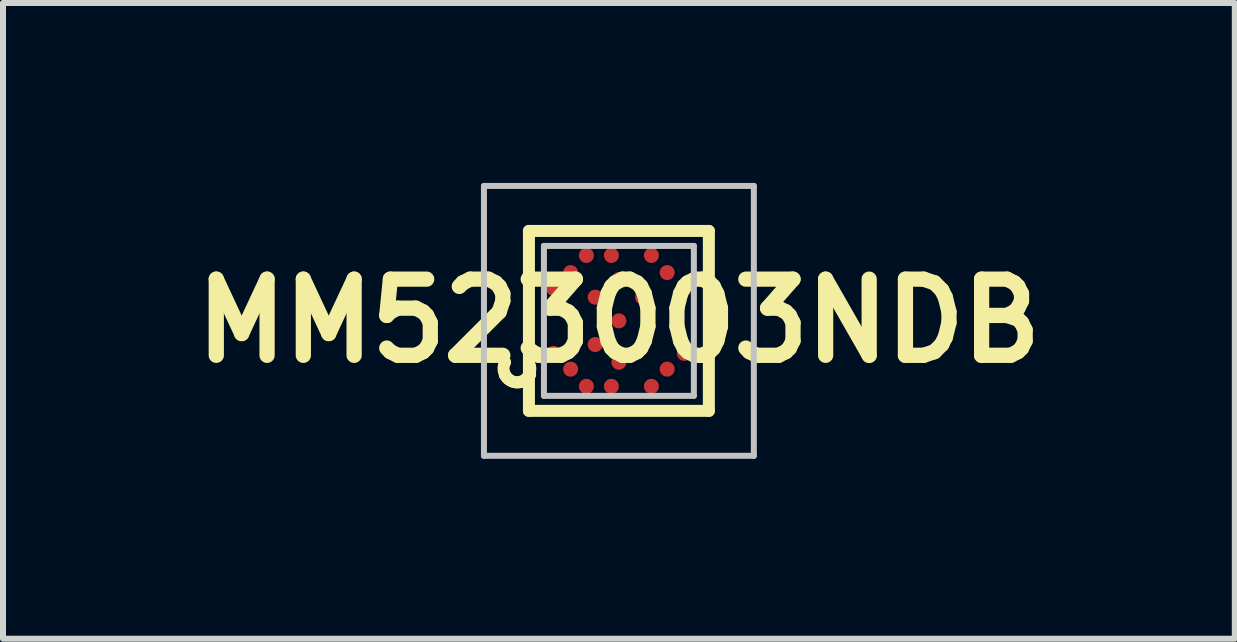
<source format=kicad_pcb>
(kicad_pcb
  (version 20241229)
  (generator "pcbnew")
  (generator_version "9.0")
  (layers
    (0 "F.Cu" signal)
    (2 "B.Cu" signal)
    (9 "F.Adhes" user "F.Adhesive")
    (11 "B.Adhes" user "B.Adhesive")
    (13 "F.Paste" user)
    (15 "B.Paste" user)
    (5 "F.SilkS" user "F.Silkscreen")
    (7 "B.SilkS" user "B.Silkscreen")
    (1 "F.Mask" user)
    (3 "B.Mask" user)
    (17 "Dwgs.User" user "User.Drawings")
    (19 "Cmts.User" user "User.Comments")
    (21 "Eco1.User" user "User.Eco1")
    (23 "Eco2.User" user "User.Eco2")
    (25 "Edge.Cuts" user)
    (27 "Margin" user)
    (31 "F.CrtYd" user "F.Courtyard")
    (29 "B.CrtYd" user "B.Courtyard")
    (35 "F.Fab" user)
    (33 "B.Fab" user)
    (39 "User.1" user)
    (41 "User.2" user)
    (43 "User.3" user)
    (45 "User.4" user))
  (footprint "MM523003NDB"
    (layer "F.Cu")
    (at 7.269 2.3)
    (property "Reference" "MM523003NDB" (at 0 0 0) (layer "F.SilkS") (effects (font (size 1.27 1.27) (thickness 0.254))))
    (attr smd)
    (fp_line (start -1.9 0.69) (end -1.9 0.69) (stroke (width 0.2) (type solid)) (layer "F.SilkS"))
    (fp_line (start -1.9 0.9) (end -1.9 0.9) (stroke (width 0.2) (type solid)) (layer "F.SilkS"))
    (fp_line (start -1.5 -1.5) (end -1.5 1.5) (stroke (width 0.2) (type solid)) (layer "F.SilkS"))
    (fp_line (start -1.5 1.5) (end 1.5 1.5) (stroke (width 0.2) (type solid)) (layer "F.SilkS"))
    (fp_line (start 1.5 -1.5) (end -1.5 -1.5) (stroke (width 0.2) (type solid)) (layer "F.SilkS"))
    (fp_line (start 1.5 1.5) (end 1.5 -1.5) (stroke (width 0.2) (type solid)) (layer "F.SilkS"))
    (fp_arc (start -1.5 0.7) (mid -1.6 1) (end -1.9 0.9) (stroke (width 0.2) (type solid)) (layer "F.SilkS"))
    (fp_arc (start -1.48 0.9) (mid -1.795 1.005) (end -1.9 0.69) (stroke (width 0.2) (type solid)) (layer "F.SilkS"))
    (fp_line (start -2.25 -2.25) (end -2.25 2.25) (stroke (width 0.1) (type solid)) (layer "Dwgs.User"))
    (fp_line (start -2.25 2.25) (end 2.25 2.25) (stroke (width 0.1) (type solid)) (layer "Dwgs.User"))
    (fp_line (start -1.25 -1.25) (end -1.25 1.25) (stroke (width 0.1) (type solid)) (layer "Dwgs.User"))
    (fp_line (start -1.25 1.25) (end 1.25 1.25) (stroke (width 0.1) (type solid)) (layer "Dwgs.User"))
    (fp_line (start 1.25 -1.25) (end -1.25 -1.25) (stroke (width 0.1) (type solid)) (layer "Dwgs.User"))
    (fp_line (start 1.25 1.25) (end 1.25 -1.25) (stroke (width 0.1) (type solid)) (layer "Dwgs.User"))
    (fp_line (start 2.25 -2.25) (end -2.25 -2.25) (stroke (width 0.1) (type solid)) (layer "Dwgs.User"))
    (fp_line (start 2.25 2.25) (end 2.25 -2.25) (stroke (width 0.1) (type solid)) (layer "Dwgs.User"))
    (pad "1" smd circle (at -0.805 0.805 90) (size 0.25 0.25) (layers "F.Cu" "F.Mask" "F.Paste"))
    (pad "2" smd circle (at 0.805 0.805 90) (size 0.25 0.25) (layers "F.Cu" "F.Mask" "F.Paste"))
    (pad "3" smd circle (at 0.805 -0.805 90) (size 0.25 0.25) (layers "F.Cu" "F.Mask" "F.Paste"))
    (pad "4" smd circle (at -0.805 -0.805 90) (size 0.25 0.25) (layers "F.Cu" "F.Mask" "F.Paste"))
    (pad "5" smd circle (at -0.125 1.091 90) (size 0.25 0.25) (layers "F.Cu" "F.Mask" "F.Paste"))
    (pad "6" smd circle (at 0 0.69 90) (size 0.25 0.25) (layers "F.Cu" "F.Mask" "F.Paste"))
    (pad "7" smd circle (at 0 -0.69 90) (size 0.25 0.25) (layers "F.Cu" "F.Mask" "F.Paste"))
    (pad "8" smd circle (at -0.125 -1.091 90) (size 0.25 0.25) (layers "F.Cu" "F.Mask" "F.Paste"))
    (pad "9" smd circle (at -1.091 -0.542 90) (size 0.25 0.25) (layers "F.Cu" "F.Mask" "F.Paste"))
    (pad "10" smd circle (at -1.091 0.542 90) (size 0.25 0.25) (layers "F.Cu" "F.Mask" "F.Paste"))
    (pad "11" smd circle (at -0.542 -1.091 90) (size 0.25 0.25) (layers "F.Cu" "F.Mask" "F.Paste"))
    (pad "12" smd circle (at -0.395 -0.395 90) (size 0.25 0.25) (layers "F.Cu" "F.Mask" "F.Paste"))
    (pad "13" smd circle (at -0.395 0.395 90) (size 0.25 0.25) (layers "F.Cu" "F.Mask" "F.Paste"))
    (pad "14" smd circle (at -0.542 1.091 90) (size 0.25 0.25) (layers "F.Cu" "F.Mask" "F.Paste"))
    (pad "15" smd circle (at 0.395 -0.395 90) (size 0.25 0.25) (layers "F.Cu" "F.Mask" "F.Paste"))
    (pad "16" smd circle (at 0.395 0.395 90) (size 0.25 0.25) (layers "F.Cu" "F.Mask" "F.Paste"))
    (pad "17" smd circle (at 0.542 -1.091 90) (size 0.25 0.25) (layers "F.Cu" "F.Mask" "F.Paste"))
    (pad "18" smd circle (at 0.542 1.091 90) (size 0.25 0.25) (layers "F.Cu" "F.Mask" "F.Paste"))
    (pad "19" smd circle (at 1.091 -0.542 90) (size 0.25 0.25) (layers "F.Cu" "F.Mask" "F.Paste"))
    (pad "20" smd circle (at 1.091 0.542 90) (size 0.25 0.25) (layers "F.Cu" "F.Mask" "F.Paste"))
    (pad "21" smd circle (at 0 0 90) (size 0.25 0.25) (layers "F.Cu" "F.Mask" "F.Paste")))
  (gr_rect
    (start -3 -3)
    (end 17.538 7.6)
    (stroke (width 0.1) (type default))
    (fill no)
    (layer "Edge.Cuts")))
</source>
